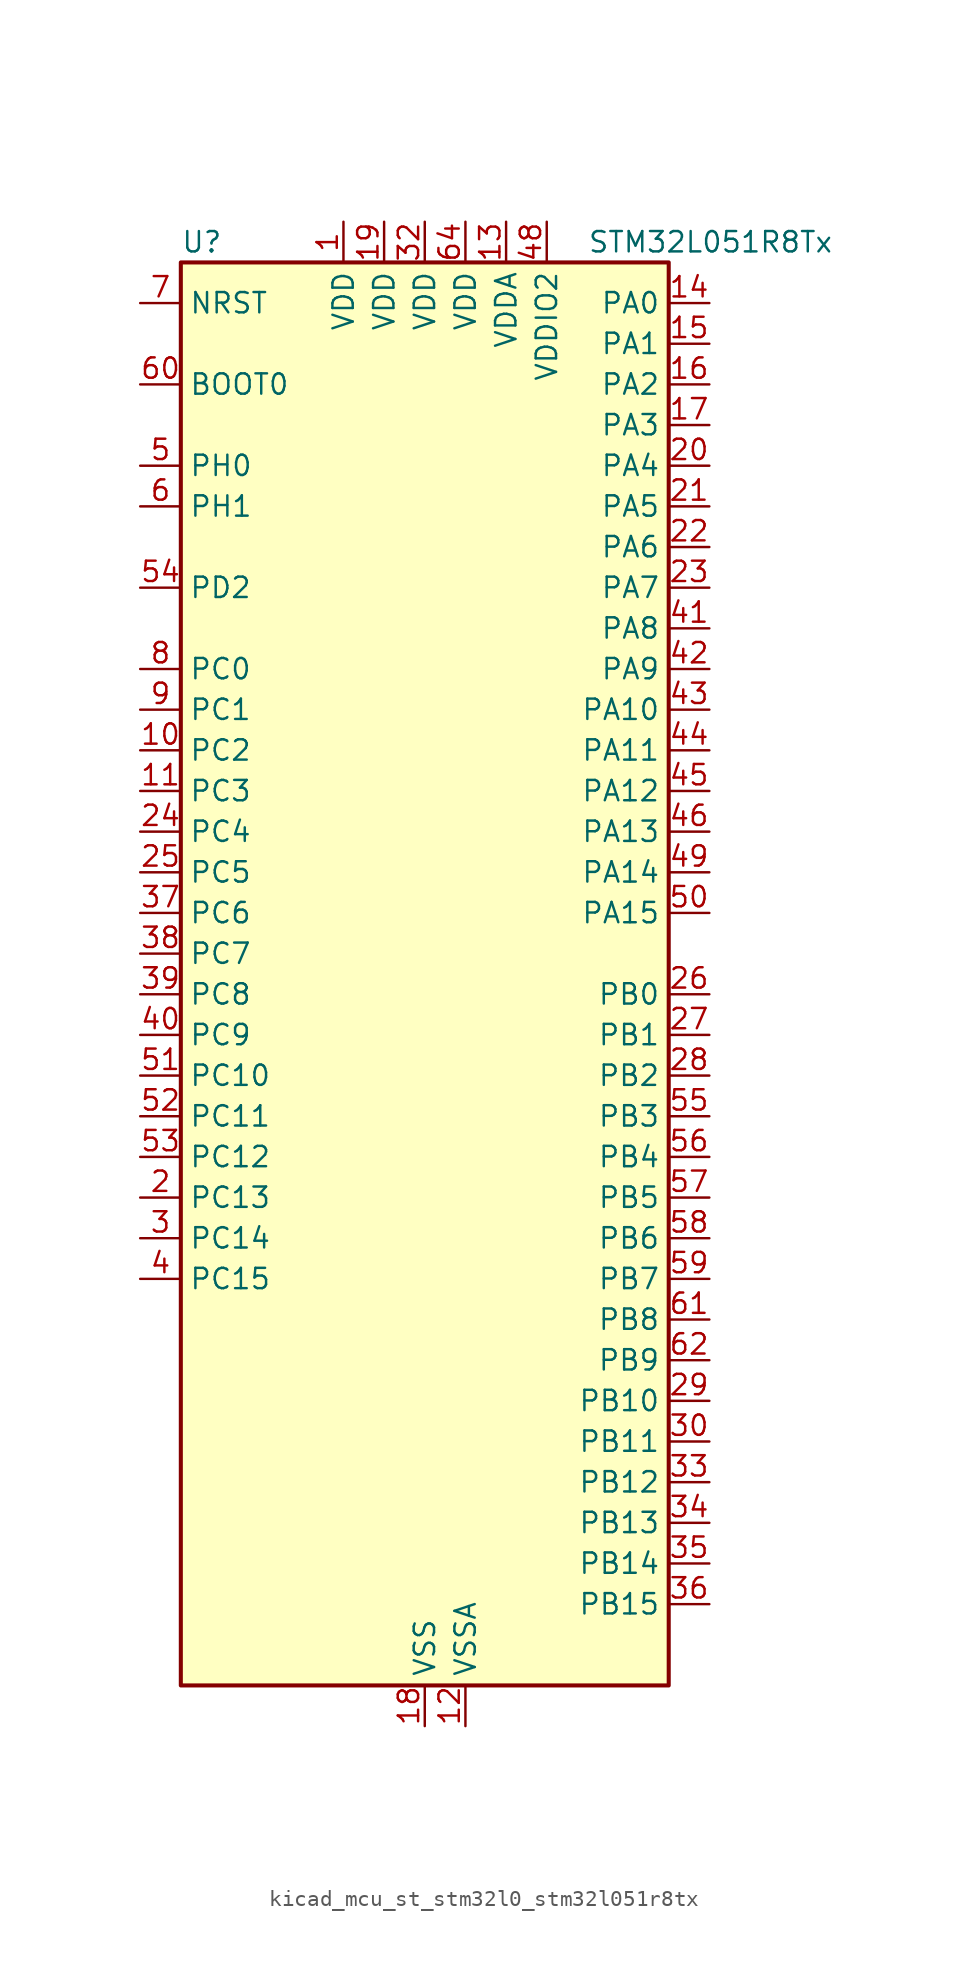
<source format=kicad_sym>
(kicad_symbol_lib
  (version 20220914)
  (generator kicad_symbol_editor)
  (symbol "kicad_mcu_st_stm32l0_stm32l051r8tx"
    (property "Reference" "U"
      (at -15.24 46.99 0)
      (effects (font (size 1.27 1.27)) (justify left)))
    (property "Value" "STM32L051R8Tx"
      (at 10.16 46.99 0)
      (effects (font (size 1.27 1.27)) (justify left)))
    (property "ki_locked" ""
      (at 0 0 0)
      (effects (font (size 1.27 1.27))))
    (symbol "kicad_mcu_st_stm32l0_stm32l051r8tx_0_1"
      (rectangle (start -15.24 -43.18) (end 15.24 45.72) (stroke (width 0.254) (type default)) (fill (type background))))
    (symbol "kicad_mcu_st_stm32l0_stm32l051r8tx_1_1"
      (pin power_in line (at -5.08 48.26 270) (length 2.54) (name "VDD" (effects (font (size 1.27 1.27)))) (number "1" (effects (font (size 1.27 1.27)))))
      (pin bidirectional line (at -17.78 15.24 0) (length 2.54) (name "PC2" (effects (font (size 1.27 1.27)))) (number "10" (effects (font (size 1.27 1.27)))) (alternate "ADC_IN12" bidirectional line) (alternate "I2S2_MCK" bidirectional line) (alternate "LPTIM1_IN2" bidirectional line) (alternate "SPI2_MISO" bidirectional line))
      (pin bidirectional line (at -17.78 12.7 0) (length 2.54) (name "PC3" (effects (font (size 1.27 1.27)))) (number "11" (effects (font (size 1.27 1.27)))) (alternate "ADC_IN13" bidirectional line) (alternate "I2S2_SD" bidirectional line) (alternate "LPTIM1_ETR" bidirectional line) (alternate "SPI2_MOSI" bidirectional line))
      (pin power_in line (at 2.54 -45.72 90) (length 2.54) (name "VSSA" (effects (font (size 1.27 1.27)))) (number "12" (effects (font (size 1.27 1.27)))))
      (pin power_in line (at 5.08 48.26 270) (length 2.54) (name "VDDA" (effects (font (size 1.27 1.27)))) (number "13" (effects (font (size 1.27 1.27)))))
      (pin bidirectional line (at 17.78 43.18 180) (length 2.54) (name "PA0" (effects (font (size 1.27 1.27)))) (number "14" (effects (font (size 1.27 1.27)))) (alternate "ADC_IN0" bidirectional line) (alternate "COMP1_INM" bidirectional line) (alternate "COMP1_OUT" bidirectional line) (alternate "RTC_TAMP2" bidirectional line) (alternate "SYS_WKUP1" bidirectional line) (alternate "TIM2_CH1" bidirectional line) (alternate "TIM2_ETR" bidirectional line) (alternate "USART2_CTS" bidirectional line))
      (pin bidirectional line (at 17.78 40.64 180) (length 2.54) (name "PA1" (effects (font (size 1.27 1.27)))) (number "15" (effects (font (size 1.27 1.27)))) (alternate "ADC_IN1" bidirectional line) (alternate "COMP1_INP" bidirectional line) (alternate "TIM21_ETR" bidirectional line) (alternate "TIM2_CH2" bidirectional line) (alternate "USART2_DE" bidirectional line) (alternate "USART2_RTS" bidirectional line))
      (pin bidirectional line (at 17.78 38.1 180) (length 2.54) (name "PA2" (effects (font (size 1.27 1.27)))) (number "16" (effects (font (size 1.27 1.27)))) (alternate "ADC_IN2" bidirectional line) (alternate "COMP2_INM" bidirectional line) (alternate "COMP2_OUT" bidirectional line) (alternate "TIM21_CH1" bidirectional line) (alternate "TIM2_CH3" bidirectional line) (alternate "USART2_TX" bidirectional line))
      (pin bidirectional line (at 17.78 35.56 180) (length 2.54) (name "PA3" (effects (font (size 1.27 1.27)))) (number "17" (effects (font (size 1.27 1.27)))) (alternate "ADC_IN3" bidirectional line) (alternate "COMP2_INP" bidirectional line) (alternate "TIM21_CH2" bidirectional line) (alternate "TIM2_CH4" bidirectional line) (alternate "USART2_RX" bidirectional line))
      (pin power_in line (at 0 -45.72 90) (length 2.54) (name "VSS" (effects (font (size 1.27 1.27)))) (number "18" (effects (font (size 1.27 1.27)))))
      (pin power_in line (at -2.54 48.26 270) (length 2.54) (name "VDD" (effects (font (size 1.27 1.27)))) (number "19" (effects (font (size 1.27 1.27)))))
      (pin bidirectional line (at -17.78 -12.7 0) (length 2.54) (name "PC13" (effects (font (size 1.27 1.27)))) (number "2" (effects (font (size 1.27 1.27)))) (alternate "RTC_OUT_ALARM" bidirectional line) (alternate "RTC_OUT_CALIB" bidirectional line) (alternate "RTC_TAMP1" bidirectional line) (alternate "RTC_TS" bidirectional line) (alternate "SYS_WKUP2" bidirectional line))
      (pin bidirectional line (at 17.78 33.02 180) (length 2.54) (name "PA4" (effects (font (size 1.27 1.27)))) (number "20" (effects (font (size 1.27 1.27)))) (alternate "ADC_IN4" bidirectional line) (alternate "COMP1_INM" bidirectional line) (alternate "COMP2_INM" bidirectional line) (alternate "SPI1_NSS" bidirectional line) (alternate "TIM22_ETR" bidirectional line) (alternate "USART2_CK" bidirectional line))
      (pin bidirectional line (at 17.78 30.48 180) (length 2.54) (name "PA5" (effects (font (size 1.27 1.27)))) (number "21" (effects (font (size 1.27 1.27)))) (alternate "ADC_IN5" bidirectional line) (alternate "COMP1_INM" bidirectional line) (alternate "COMP2_INM" bidirectional line) (alternate "SPI1_SCK" bidirectional line) (alternate "TIM2_CH1" bidirectional line) (alternate "TIM2_ETR" bidirectional line))
      (pin bidirectional line (at 17.78 27.94 180) (length 2.54) (name "PA6" (effects (font (size 1.27 1.27)))) (number "22" (effects (font (size 1.27 1.27)))) (alternate "ADC_IN6" bidirectional line) (alternate "COMP1_OUT" bidirectional line) (alternate "LPUART1_CTS" bidirectional line) (alternate "SPI1_MISO" bidirectional line) (alternate "TIM22_CH1" bidirectional line))
      (pin bidirectional line (at 17.78 25.4 180) (length 2.54) (name "PA7" (effects (font (size 1.27 1.27)))) (number "23" (effects (font (size 1.27 1.27)))) (alternate "ADC_IN7" bidirectional line) (alternate "COMP2_OUT" bidirectional line) (alternate "SPI1_MOSI" bidirectional line) (alternate "TIM22_CH2" bidirectional line))
      (pin bidirectional line (at -17.78 10.16 0) (length 2.54) (name "PC4" (effects (font (size 1.27 1.27)))) (number "24" (effects (font (size 1.27 1.27)))) (alternate "ADC_IN14" bidirectional line) (alternate "LPUART1_TX" bidirectional line))
      (pin bidirectional line (at -17.78 7.62 0) (length 2.54) (name "PC5" (effects (font (size 1.27 1.27)))) (number "25" (effects (font (size 1.27 1.27)))) (alternate "ADC_IN15" bidirectional line) (alternate "LPUART1_RX" bidirectional line))
      (pin bidirectional line (at 17.78 0 180) (length 2.54) (name "PB0" (effects (font (size 1.27 1.27)))) (number "26" (effects (font (size 1.27 1.27)))) (alternate "ADC_IN8" bidirectional line) (alternate "SYS_VREF_OUT_PB0" bidirectional line))
      (pin bidirectional line (at 17.78 -2.54 180) (length 2.54) (name "PB1" (effects (font (size 1.27 1.27)))) (number "27" (effects (font (size 1.27 1.27)))) (alternate "ADC_IN9" bidirectional line) (alternate "LPUART1_DE" bidirectional line) (alternate "LPUART1_RTS" bidirectional line) (alternate "SYS_VREF_OUT_PB1" bidirectional line))
      (pin bidirectional line (at 17.78 -5.08 180) (length 2.54) (name "PB2" (effects (font (size 1.27 1.27)))) (number "28" (effects (font (size 1.27 1.27)))) (alternate "LPTIM1_OUT" bidirectional line))
      (pin bidirectional line (at 17.78 -25.4 180) (length 2.54) (name "PB10" (effects (font (size 1.27 1.27)))) (number "29" (effects (font (size 1.27 1.27)))) (alternate "I2C2_SCL" bidirectional line) (alternate "LPUART1_TX" bidirectional line) (alternate "SPI2_SCK" bidirectional line) (alternate "TIM2_CH3" bidirectional line))
      (pin bidirectional line (at -17.78 -15.24 0) (length 2.54) (name "PC14" (effects (font (size 1.27 1.27)))) (number "3" (effects (font (size 1.27 1.27)))) (alternate "RCC_OSC32_IN" bidirectional line))
      (pin bidirectional line (at 17.78 -27.94 180) (length 2.54) (name "PB11" (effects (font (size 1.27 1.27)))) (number "30" (effects (font (size 1.27 1.27)))) (alternate "ADC_EXTI11" bidirectional line) (alternate "I2C2_SDA" bidirectional line) (alternate "LPUART1_RX" bidirectional line) (alternate "TIM2_CH4" bidirectional line))
      (pin passive line (at 0 -45.72 90) (length 2.54) hide (name "VSS" (effects (font (size 1.27 1.27)))) (number "31" (effects (font (size 1.27 1.27)))))
      (pin power_in line (at 0 48.26 270) (length 2.54) (name "VDD" (effects (font (size 1.27 1.27)))) (number "32" (effects (font (size 1.27 1.27)))))
      (pin bidirectional line (at 17.78 -30.48 180) (length 2.54) (name "PB12" (effects (font (size 1.27 1.27)))) (number "33" (effects (font (size 1.27 1.27)))) (alternate "I2S2_WS" bidirectional line) (alternate "LPUART1_DE" bidirectional line) (alternate "LPUART1_RTS" bidirectional line) (alternate "SPI2_NSS" bidirectional line))
      (pin bidirectional line (at 17.78 -33.02 180) (length 2.54) (name "PB13" (effects (font (size 1.27 1.27)))) (number "34" (effects (font (size 1.27 1.27)))) (alternate "I2C2_SCL" bidirectional line) (alternate "I2S2_CK" bidirectional line) (alternate "LPUART1_CTS" bidirectional line) (alternate "SPI2_SCK" bidirectional line) (alternate "TIM21_CH1" bidirectional line))
      (pin bidirectional line (at 17.78 -35.56 180) (length 2.54) (name "PB14" (effects (font (size 1.27 1.27)))) (number "35" (effects (font (size 1.27 1.27)))) (alternate "I2C2_SDA" bidirectional line) (alternate "I2S2_MCK" bidirectional line) (alternate "LPUART1_DE" bidirectional line) (alternate "LPUART1_RTS" bidirectional line) (alternate "RTC_OUT_ALARM" bidirectional line) (alternate "RTC_OUT_CALIB" bidirectional line) (alternate "SPI2_MISO" bidirectional line) (alternate "TIM21_CH2" bidirectional line))
      (pin bidirectional line (at 17.78 -38.1 180) (length 2.54) (name "PB15" (effects (font (size 1.27 1.27)))) (number "36" (effects (font (size 1.27 1.27)))) (alternate "I2S2_SD" bidirectional line) (alternate "RTC_REFIN" bidirectional line) (alternate "SPI2_MOSI" bidirectional line))
      (pin bidirectional line (at -17.78 5.08 0) (length 2.54) (name "PC6" (effects (font (size 1.27 1.27)))) (number "37" (effects (font (size 1.27 1.27)))) (alternate "TIM22_CH1" bidirectional line))
      (pin bidirectional line (at -17.78 2.54 0) (length 2.54) (name "PC7" (effects (font (size 1.27 1.27)))) (number "38" (effects (font (size 1.27 1.27)))) (alternate "TIM22_CH2" bidirectional line))
      (pin bidirectional line (at -17.78 0 0) (length 2.54) (name "PC8" (effects (font (size 1.27 1.27)))) (number "39" (effects (font (size 1.27 1.27)))) (alternate "TIM22_ETR" bidirectional line))
      (pin bidirectional line (at -17.78 -17.78 0) (length 2.54) (name "PC15" (effects (font (size 1.27 1.27)))) (number "4" (effects (font (size 1.27 1.27)))) (alternate "RCC_OSC32_OUT" bidirectional line))
      (pin bidirectional line (at -17.78 -2.54 0) (length 2.54) (name "PC9" (effects (font (size 1.27 1.27)))) (number "40" (effects (font (size 1.27 1.27)))) (alternate "TIM21_ETR" bidirectional line))
      (pin bidirectional line (at 17.78 22.86 180) (length 2.54) (name "PA8" (effects (font (size 1.27 1.27)))) (number "41" (effects (font (size 1.27 1.27)))) (alternate "RCC_MCO" bidirectional line) (alternate "USART1_CK" bidirectional line))
      (pin bidirectional line (at 17.78 20.32 180) (length 2.54) (name "PA9" (effects (font (size 1.27 1.27)))) (number "42" (effects (font (size 1.27 1.27)))) (alternate "RCC_MCO" bidirectional line) (alternate "USART1_TX" bidirectional line))
      (pin bidirectional line (at 17.78 17.78 180) (length 2.54) (name "PA10" (effects (font (size 1.27 1.27)))) (number "43" (effects (font (size 1.27 1.27)))) (alternate "USART1_RX" bidirectional line))
      (pin bidirectional line (at 17.78 15.24 180) (length 2.54) (name "PA11" (effects (font (size 1.27 1.27)))) (number "44" (effects (font (size 1.27 1.27)))) (alternate "ADC_EXTI11" bidirectional line) (alternate "COMP1_OUT" bidirectional line) (alternate "SPI1_MISO" bidirectional line) (alternate "USART1_CTS" bidirectional line))
      (pin bidirectional line (at 17.78 12.7 180) (length 2.54) (name "PA12" (effects (font (size 1.27 1.27)))) (number "45" (effects (font (size 1.27 1.27)))) (alternate "COMP2_OUT" bidirectional line) (alternate "SPI1_MOSI" bidirectional line) (alternate "USART1_DE" bidirectional line) (alternate "USART1_RTS" bidirectional line))
      (pin bidirectional line (at 17.78 10.16 180) (length 2.54) (name "PA13" (effects (font (size 1.27 1.27)))) (number "46" (effects (font (size 1.27 1.27)))) (alternate "SYS_SWDIO" bidirectional line))
      (pin passive line (at 0 -45.72 90) (length 2.54) hide (name "VSS" (effects (font (size 1.27 1.27)))) (number "47" (effects (font (size 1.27 1.27)))))
      (pin power_in line (at 7.62 48.26 270) (length 2.54) (name "VDDIO2" (effects (font (size 1.27 1.27)))) (number "48" (effects (font (size 1.27 1.27)))))
      (pin bidirectional line (at 17.78 7.62 180) (length 2.54) (name "PA14" (effects (font (size 1.27 1.27)))) (number "49" (effects (font (size 1.27 1.27)))) (alternate "SYS_SWCLK" bidirectional line) (alternate "USART2_TX" bidirectional line))
      (pin bidirectional line (at -17.78 33.02 0) (length 2.54) (name "PH0" (effects (font (size 1.27 1.27)))) (number "5" (effects (font (size 1.27 1.27)))) (alternate "RCC_OSC_IN" bidirectional line))
      (pin bidirectional line (at 17.78 5.08 180) (length 2.54) (name "PA15" (effects (font (size 1.27 1.27)))) (number "50" (effects (font (size 1.27 1.27)))) (alternate "SPI1_NSS" bidirectional line) (alternate "TIM2_CH1" bidirectional line) (alternate "TIM2_ETR" bidirectional line) (alternate "USART2_RX" bidirectional line))
      (pin bidirectional line (at -17.78 -5.08 0) (length 2.54) (name "PC10" (effects (font (size 1.27 1.27)))) (number "51" (effects (font (size 1.27 1.27)))) (alternate "LPUART1_TX" bidirectional line))
      (pin bidirectional line (at -17.78 -7.62 0) (length 2.54) (name "PC11" (effects (font (size 1.27 1.27)))) (number "52" (effects (font (size 1.27 1.27)))) (alternate "ADC_EXTI11" bidirectional line) (alternate "LPUART1_RX" bidirectional line))
      (pin bidirectional line (at -17.78 -10.16 0) (length 2.54) (name "PC12" (effects (font (size 1.27 1.27)))) (number "53" (effects (font (size 1.27 1.27)))))
      (pin bidirectional line (at -17.78 25.4 0) (length 2.54) (name "PD2" (effects (font (size 1.27 1.27)))) (number "54" (effects (font (size 1.27 1.27)))) (alternate "LPUART1_DE" bidirectional line) (alternate "LPUART1_RTS" bidirectional line))
      (pin bidirectional line (at 17.78 -7.62 180) (length 2.54) (name "PB3" (effects (font (size 1.27 1.27)))) (number "55" (effects (font (size 1.27 1.27)))) (alternate "COMP2_INM" bidirectional line) (alternate "SPI1_SCK" bidirectional line) (alternate "TIM2_CH2" bidirectional line))
      (pin bidirectional line (at 17.78 -10.16 180) (length 2.54) (name "PB4" (effects (font (size 1.27 1.27)))) (number "56" (effects (font (size 1.27 1.27)))) (alternate "COMP2_INP" bidirectional line) (alternate "SPI1_MISO" bidirectional line) (alternate "TIM22_CH1" bidirectional line))
      (pin bidirectional line (at 17.78 -12.7 180) (length 2.54) (name "PB5" (effects (font (size 1.27 1.27)))) (number "57" (effects (font (size 1.27 1.27)))) (alternate "COMP2_INP" bidirectional line) (alternate "I2C1_SMBA" bidirectional line) (alternate "LPTIM1_IN1" bidirectional line) (alternate "SPI1_MOSI" bidirectional line) (alternate "TIM22_CH2" bidirectional line))
      (pin bidirectional line (at 17.78 -15.24 180) (length 2.54) (name "PB6" (effects (font (size 1.27 1.27)))) (number "58" (effects (font (size 1.27 1.27)))) (alternate "COMP2_INP" bidirectional line) (alternate "I2C1_SCL" bidirectional line) (alternate "LPTIM1_ETR" bidirectional line) (alternate "USART1_TX" bidirectional line))
      (pin bidirectional line (at 17.78 -17.78 180) (length 2.54) (name "PB7" (effects (font (size 1.27 1.27)))) (number "59" (effects (font (size 1.27 1.27)))) (alternate "COMP2_INP" bidirectional line) (alternate "I2C1_SDA" bidirectional line) (alternate "LPTIM1_IN2" bidirectional line) (alternate "SYS_PVD_IN" bidirectional line) (alternate "USART1_RX" bidirectional line))
      (pin bidirectional line (at -17.78 30.48 0) (length 2.54) (name "PH1" (effects (font (size 1.27 1.27)))) (number "6" (effects (font (size 1.27 1.27)))) (alternate "RCC_OSC_OUT" bidirectional line))
      (pin input line (at -17.78 38.1 0) (length 2.54) (name "BOOT0" (effects (font (size 1.27 1.27)))) (number "60" (effects (font (size 1.27 1.27)))))
      (pin bidirectional line (at 17.78 -20.32 180) (length 2.54) (name "PB8" (effects (font (size 1.27 1.27)))) (number "61" (effects (font (size 1.27 1.27)))) (alternate "I2C1_SCL" bidirectional line))
      (pin bidirectional line (at 17.78 -22.86 180) (length 2.54) (name "PB9" (effects (font (size 1.27 1.27)))) (number "62" (effects (font (size 1.27 1.27)))) (alternate "I2C1_SDA" bidirectional line) (alternate "I2S2_WS" bidirectional line) (alternate "SPI2_NSS" bidirectional line))
      (pin passive line (at 0 -45.72 90) (length 2.54) hide (name "VSS" (effects (font (size 1.27 1.27)))) (number "63" (effects (font (size 1.27 1.27)))))
      (pin power_in line (at 2.54 48.26 270) (length 2.54) (name "VDD" (effects (font (size 1.27 1.27)))) (number "64" (effects (font (size 1.27 1.27)))))
      (pin input line (at -17.78 43.18 0) (length 2.54) (name "NRST" (effects (font (size 1.27 1.27)))) (number "7" (effects (font (size 1.27 1.27)))))
      (pin bidirectional line (at -17.78 20.32 0) (length 2.54) (name "PC0" (effects (font (size 1.27 1.27)))) (number "8" (effects (font (size 1.27 1.27)))) (alternate "ADC_IN10" bidirectional line) (alternate "LPTIM1_IN1" bidirectional line))
      (pin bidirectional line (at -17.78 17.78 0) (length 2.54) (name "PC1" (effects (font (size 1.27 1.27)))) (number "9" (effects (font (size 1.27 1.27)))) (alternate "ADC_IN11" bidirectional line) (alternate "LPTIM1_OUT" bidirectional line)))))
</source>
